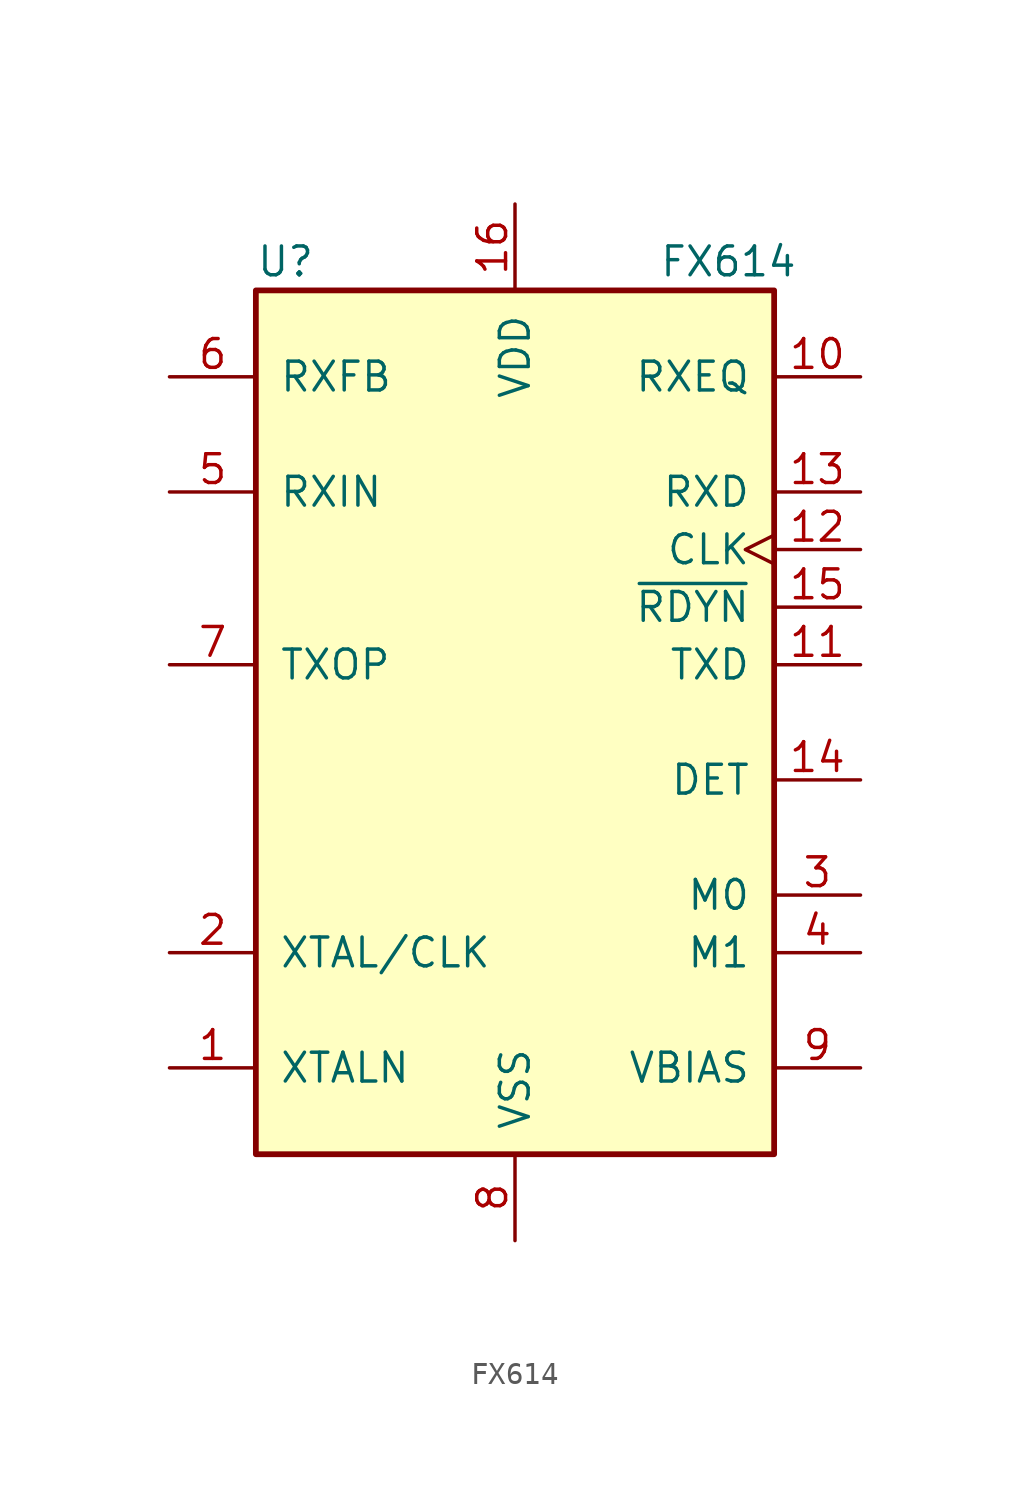
<source format=kicad_sym>
(kicad_symbol_lib
  (version 20211014)
  (generator kicad_symbol_editor)
  (symbol "FX614"
    (pin_names
      (offset 1.016))
    (property "Reference" "U"
      (at -11.43 20.32 0)
      (effects (font (size 1.27 1.27)) (justify left)))
    (property "Value" "FX614"
      (at 6.35 20.32 0)
      (effects (font (size 1.27 1.27)) (justify left)))
    (symbol "FX614_0_1"
      (rectangle (start -11.43 19.05) (end 11.43 -19.05) (stroke (width 0.254) (type default) (color 0 0 0 0)) (fill (type background))))
    (symbol "FX614_1_1"
      (pin output line (at -15.24 -15.24 0) (length 3.81) (name "XTALN" (effects (font (size 1.27 1.27)))) (number "1" (effects (font (size 1.27 1.27)))))
      (pin input line (at 15.24 15.24 180) (length 3.81) (name "RXEQ" (effects (font (size 1.27 1.27)))) (number "10" (effects (font (size 1.27 1.27)))))
      (pin input line (at 15.24 2.54 180) (length 3.81) (name "TXD" (effects (font (size 1.27 1.27)))) (number "11" (effects (font (size 1.27 1.27)))))
      (pin input clock (at 15.24 7.62 180) (length 3.81) (name "CLK" (effects (font (size 1.27 1.27)))) (number "12" (effects (font (size 1.27 1.27)))))
      (pin output line (at 15.24 10.16 180) (length 3.81) (name "RXD" (effects (font (size 1.27 1.27)))) (number "13" (effects (font (size 1.27 1.27)))))
      (pin output line (at 15.24 -2.54 180) (length 3.81) (name "DET" (effects (font (size 1.27 1.27)))) (number "14" (effects (font (size 1.27 1.27)))))
      (pin output line (at 15.24 5.08 180) (length 3.81) (name "~{RDYN}" (effects (font (size 1.27 1.27)))) (number "15" (effects (font (size 1.27 1.27)))))
      (pin power_in line (at 0 22.86 270) (length 3.81) (name "VDD" (effects (font (size 1.27 1.27)))) (number "16" (effects (font (size 1.27 1.27)))))
      (pin input line (at -15.24 -10.16 0) (length 3.81) (name "XTAL/CLK" (effects (font (size 1.27 1.27)))) (number "2" (effects (font (size 1.27 1.27)))))
      (pin input line (at 15.24 -7.62 180) (length 3.81) (name "M0" (effects (font (size 1.27 1.27)))) (number "3" (effects (font (size 1.27 1.27)))))
      (pin input line (at 15.24 -10.16 180) (length 3.81) (name "M1" (effects (font (size 1.27 1.27)))) (number "4" (effects (font (size 1.27 1.27)))))
      (pin input line (at -15.24 10.16 0) (length 3.81) (name "RXIN" (effects (font (size 1.27 1.27)))) (number "5" (effects (font (size 1.27 1.27)))))
      (pin output line (at -15.24 15.24 0) (length 3.81) (name "RXFB" (effects (font (size 1.27 1.27)))) (number "6" (effects (font (size 1.27 1.27)))))
      (pin output line (at -15.24 2.54 0) (length 3.81) (name "TXOP" (effects (font (size 1.27 1.27)))) (number "7" (effects (font (size 1.27 1.27)))))
      (pin power_in line (at 0 -22.86 90) (length 3.81) (name "VSS" (effects (font (size 1.27 1.27)))) (number "8" (effects (font (size 1.27 1.27)))))
      (pin passive line (at 15.24 -15.24 180) (length 3.81) (name "VBIAS" (effects (font (size 1.27 1.27)))) (number "9" (effects (font (size 1.27 1.27))))))))
</source>
